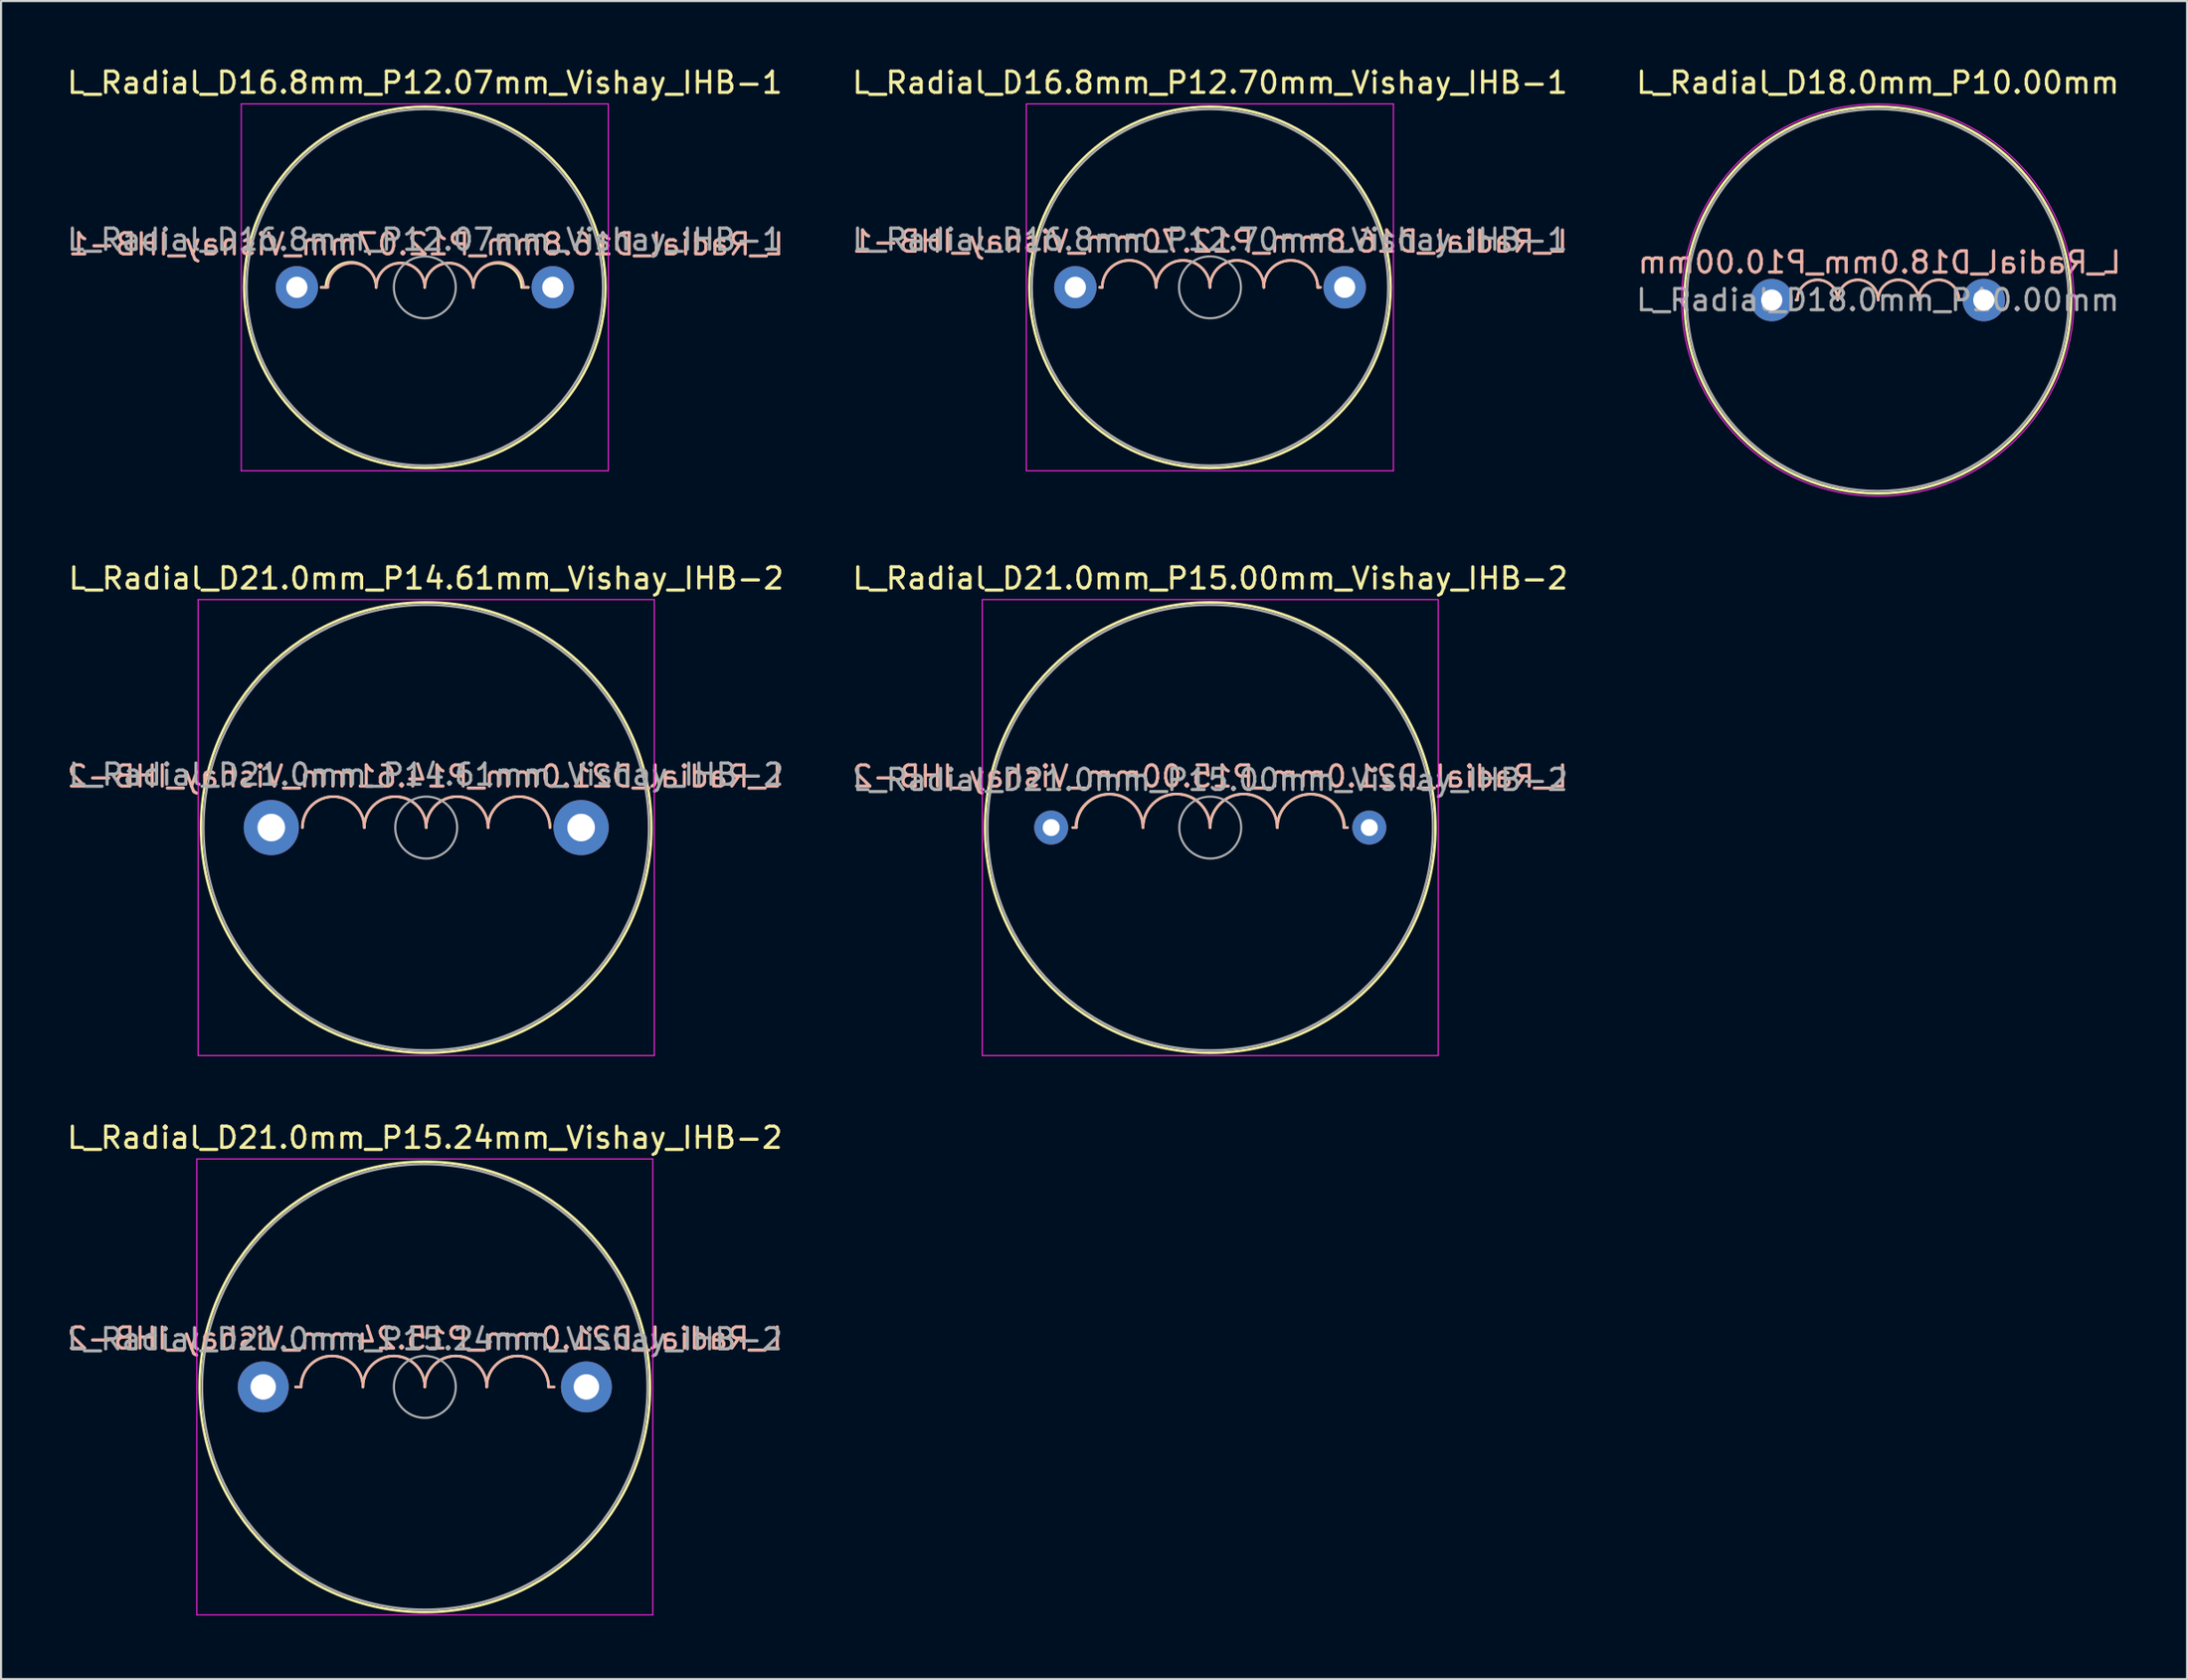
<source format=kicad_pcb>
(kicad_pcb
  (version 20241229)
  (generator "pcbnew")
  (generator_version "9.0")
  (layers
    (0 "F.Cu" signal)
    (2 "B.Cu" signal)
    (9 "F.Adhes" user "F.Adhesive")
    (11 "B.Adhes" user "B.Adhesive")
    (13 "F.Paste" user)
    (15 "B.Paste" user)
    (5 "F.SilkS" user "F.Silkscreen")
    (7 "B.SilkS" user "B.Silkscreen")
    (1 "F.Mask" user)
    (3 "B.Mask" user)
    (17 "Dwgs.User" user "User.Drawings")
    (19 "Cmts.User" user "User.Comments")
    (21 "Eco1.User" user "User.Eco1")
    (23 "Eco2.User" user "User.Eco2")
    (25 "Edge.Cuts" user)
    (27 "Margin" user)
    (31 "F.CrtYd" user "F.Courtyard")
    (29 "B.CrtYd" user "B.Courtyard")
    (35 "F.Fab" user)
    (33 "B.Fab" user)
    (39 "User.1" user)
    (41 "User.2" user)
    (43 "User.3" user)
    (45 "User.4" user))
  (footprint "L_Radial_D18.0mm_P10.00mm"
    (layer "F.Cu")
    (at 80.496 11.098)
    (property "Reference" "L_Radial_D18.0mm_P10.00mm" (at 5 -10.25 0) (layer "F.SilkS") (effects (font (size 1 1) (thickness 0.15))))
    (fp_line (start 1.206 0) (end 1.143 0) (stroke (width 0.12) (type solid)) (layer "F.SilkS"))
    (fp_line (start 8.89 0) (end 8.826 0) (stroke (width 0.12) (type solid)) (layer "F.SilkS"))
    (fp_arc (start 1.2065 0) (mid 2.159 -0.9525) (end 3.1115 0) (stroke (width 0.12) (type solid)) (layer "F.SilkS"))
    (fp_arc (start 3.1115 0) (mid 4.064 -0.9525) (end 5.0165 0) (stroke (width 0.12) (type solid)) (layer "F.SilkS"))
    (fp_arc (start 5.0165 0) (mid 5.969 -0.9525) (end 6.9215 0) (stroke (width 0.12) (type solid)) (layer "F.SilkS"))
    (fp_arc (start 6.9215 0) (mid 7.874 -0.9525) (end 8.8265 0) (stroke (width 0.12) (type solid)) (layer "F.SilkS"))
    (fp_circle (center 5 0) (end 14.12 0) (stroke (width 0.12) (type solid)) (fill no) (layer "F.SilkS"))
    (fp_line (start 1.143 0) (end 1.206 0) (stroke (width 0.12) (type solid)) (layer "B.SilkS"))
    (fp_line (start 8.826 0) (end 8.89 0) (stroke (width 0.12) (type solid)) (layer "B.SilkS"))
    (fp_arc (start 1.2065 0) (mid 2.159 -0.9525) (end 3.1115 0) (stroke (width 0.12) (type solid)) (layer "B.SilkS"))
    (fp_arc (start 3.1115 0) (mid 4.064 -0.9525) (end 5.0165 0) (stroke (width 0.12) (type solid)) (layer "B.SilkS"))
    (fp_arc (start 5.0165 0) (mid 5.969 -0.9525) (end 6.9215 0) (stroke (width 0.12) (type solid)) (layer "B.SilkS"))
    (fp_arc (start 6.9215 0) (mid 7.874 -0.9525) (end 8.8265 0) (stroke (width 0.12) (type solid)) (layer "B.SilkS"))
    (fp_circle (center 5 0) (end 14.25 0) (stroke (width 0.05) (type solid)) (fill no) (layer "F.CrtYd"))
    (fp_circle (center 5 0) (end 14 0) (stroke (width 0.1) (type solid)) (fill no) (layer "F.Fab"))
    (fp_text user "${REFERENCE}" (at 5.08 -1.778 0) (layer "B.SilkS") (effects (font (size 1 1) (thickness 0.15)) (justify mirror)))
    (fp_text user "${REFERENCE}" (at 5 0 0) (layer "F.Fab") (effects (font (size 1 1) (thickness 0.15))))
    (pad "1" thru_hole circle (at 0 0) (size 2 2) (drill 1) (layers "*.Cu" "*.Mask"))
    (pad "2" thru_hole circle (at 10 0) (size 2 2) (drill 1) (layers "*.Cu" "*.Mask")))
  (footprint "L_Radial_D16.8mm_P12.07mm_Vishay_IHB-1"
    (layer "F.Cu")
    (at 10.947 10.498)
    (property "Reference" "L_Radial_D16.8mm_P12.07mm_Vishay_IHB-1" (at 6.035 -9.65 0) (layer "F.SilkS") (effects (font (size 1 1) (thickness 0.15))))
    (fp_line (start 1.371 0) (end 1.143 0) (stroke (width 0.12) (type solid)) (layer "F.SilkS"))
    (fp_line (start 10.604 0) (end 10.922 0) (stroke (width 0.12) (type solid)) (layer "F.SilkS"))
    (fp_arc (start 1.371 0) (mid 2.554 -1.183) (end 3.737 0) (stroke (width 0.12) (type solid)) (layer "F.SilkS"))
    (fp_arc (start 3.737 0) (mid 4.886 -1.149) (end 6.035 0) (stroke (width 0.12) (type solid)) (layer "F.SilkS"))
    (fp_arc (start 6.035 0) (mid 7.1755 -1.1405) (end 8.316 0) (stroke (width 0.12) (type solid)) (layer "F.SilkS"))
    (fp_arc (start 8.316 0) (mid 9.4565 -1.1405) (end 10.597 0) (stroke (width 0.12) (type solid)) (layer "F.SilkS"))
    (fp_circle (center 6.035 0) (end 14.555 0) (stroke (width 0.12) (type solid)) (fill no) (layer "F.SilkS"))
    (fp_line (start 1.458 0) (end 1.141 0) (stroke (width 0.12) (type solid)) (layer "B.SilkS"))
    (fp_line (start 10.691 0) (end 10.919 0) (stroke (width 0.12) (type solid)) (layer "B.SilkS"))
    (fp_arc (start 1.4655 0) (mid 2.606 -1.1405) (end 3.7465 0) (stroke (width 0.12) (type solid)) (layer "B.SilkS"))
    (fp_arc (start 3.7465 0) (mid 4.887 -1.1405) (end 6.0275 0) (stroke (width 0.12) (type solid)) (layer "B.SilkS"))
    (fp_arc (start 6.0275 0) (mid 7.1765 -1.149) (end 8.3255 0) (stroke (width 0.12) (type solid)) (layer "B.SilkS"))
    (fp_arc (start 8.3255 0) (mid 9.5085 -1.183) (end 10.6915 0) (stroke (width 0.12) (type solid)) (layer "B.SilkS"))
    (fp_line (start -2.62 -8.65) (end -2.62 8.65) (stroke (width 0.05) (type solid)) (layer "F.CrtYd"))
    (fp_line (start -2.62 8.65) (end 14.69 8.65) (stroke (width 0.05) (type solid)) (layer "F.CrtYd"))
    (fp_line (start 14.69 -8.65) (end -2.62 -8.65) (stroke (width 0.05) (type solid)) (layer "F.CrtYd"))
    (fp_line (start 14.69 8.65) (end 14.69 -8.65) (stroke (width 0.05) (type solid)) (layer "F.CrtYd"))
    (fp_circle (center 6.035 0) (end 7.495 0) (stroke (width 0.1) (type solid)) (fill no) (layer "F.Fab"))
    (fp_circle (center 6.035 0) (end 14.435 0) (stroke (width 0.1) (type solid)) (fill no) (layer "F.Fab"))
    (fp_text user "${REFERENCE}" (at 6.096 -2.032 0) (layer "B.SilkS") (effects (font (size 1 1) (thickness 0.15)) (justify mirror)))
    (fp_text user "${REFERENCE}" (at 6.035 -2.25 0) (layer "F.Fab") (effects (font (size 1 1) (thickness 0.15))))
    (pad "1" thru_hole circle (at 0 0) (size 2 2) (drill 1) (layers "*.Cu" "*.Mask"))
    (pad "2" thru_hole circle (at 12.07 0) (size 2 2) (drill 1) (layers "*.Cu" "*.Mask")))
  (footprint "L_Radial_D21.0mm_P15.24mm_Vishay_IHB-2"
    (layer "F.Cu")
    (at 9.362 62.345)
    (property "Reference" "L_Radial_D21.0mm_P15.24mm_Vishay_IHB-2" (at 7.62 -11.75 0) (layer "F.SilkS") (effects (font (size 1 1) (thickness 0.15))))
    (fp_line (start 1.788 0) (end 1.524 0) (stroke (width 0.12) (type solid)) (layer "F.SilkS"))
    (fp_line (start 13.462 0) (end 13.716 0) (stroke (width 0.12) (type solid)) (layer "F.SilkS"))
    (fp_arc (start 1.788 0) (mid 3.246 -1.458) (end 4.704 0) (stroke (width 0.12) (type solid)) (layer "F.SilkS"))
    (fp_arc (start 4.704 0) (mid 6.162 -1.458) (end 7.62 0) (stroke (width 0.12) (type solid)) (layer "F.SilkS"))
    (fp_arc (start 7.62 0) (mid 9.0805 -1.4605) (end 10.541 0) (stroke (width 0.12) (type solid)) (layer "F.SilkS"))
    (fp_arc (start 10.541 0) (mid 12.0015 -1.4605) (end 13.462 0) (stroke (width 0.12) (type solid)) (layer "F.SilkS"))
    (fp_circle (center 7.62 0) (end 18.24 0) (stroke (width 0.12) (type solid)) (fill no) (layer "F.SilkS"))
    (fp_line (start 1.778 0) (end 1.524 0) (stroke (width 0.12) (type solid)) (layer "B.SilkS"))
    (fp_line (start 13.452 0) (end 13.716 0) (stroke (width 0.12) (type solid)) (layer "B.SilkS"))
    (fp_arc (start 1.778 0) (mid 3.2385 -1.4605) (end 4.699 0) (stroke (width 0.12) (type solid)) (layer "B.SilkS"))
    (fp_arc (start 4.699 0) (mid 6.1595 -1.4605) (end 7.62 0) (stroke (width 0.12) (type solid)) (layer "B.SilkS"))
    (fp_arc (start 7.62 0) (mid 9.078 -1.458) (end 10.536 0) (stroke (width 0.12) (type solid)) (layer "B.SilkS"))
    (fp_arc (start 10.536 0) (mid 11.994 -1.458) (end 13.452 0) (stroke (width 0.12) (type solid)) (layer "B.SilkS"))
    (fp_line (start -3.13 -10.75) (end -3.13 10.75) (stroke (width 0.05) (type solid)) (layer "F.CrtYd"))
    (fp_line (start -3.13 10.75) (end 18.37 10.75) (stroke (width 0.05) (type solid)) (layer "F.CrtYd"))
    (fp_line (start 18.37 -10.75) (end -3.13 -10.75) (stroke (width 0.05) (type solid)) (layer "F.CrtYd"))
    (fp_line (start 18.37 10.75) (end 18.37 -10.75) (stroke (width 0.05) (type solid)) (layer "F.CrtYd"))
    (fp_circle (center 7.62 0) (end 9.08 0) (stroke (width 0.1) (type solid)) (fill no) (layer "F.Fab"))
    (fp_circle (center 7.62 0) (end 18.12 0) (stroke (width 0.1) (type solid)) (fill no) (layer "F.Fab"))
    (fp_text user "${REFERENCE}" (at 7.62 -2.286 0) (layer "B.SilkS") (effects (font (size 1 1) (thickness 0.15)) (justify mirror)))
    (fp_text user "${REFERENCE}" (at 7.62 -2.25 0) (layer "F.Fab") (effects (font (size 1 1) (thickness 0.15))))
    (pad "1" thru_hole circle (at 0 0) (size 2.4 2.4) (drill 1.2) (layers "*.Cu" "*.Mask"))
    (pad "2" thru_hole circle (at 15.24 0) (size 2.4 2.4) (drill 1.2) (layers "*.Cu" "*.Mask")))
  (footprint "L_Radial_D16.8mm_P12.70mm_Vishay_IHB-1"
    (layer "F.Cu")
    (at 47.657 10.498)
    (property "Reference" "L_Radial_D16.8mm_P12.70mm_Vishay_IHB-1" (at 6.35 -9.65 0) (layer "F.SilkS") (effects (font (size 1 1) (thickness 0.15))))
    (fp_line (start 1.27 0) (end 1.143 0) (stroke (width 0.12) (type solid)) (layer "F.SilkS"))
    (fp_line (start 11.43 0) (end 11.557 0) (stroke (width 0.12) (type solid)) (layer "F.SilkS"))
    (fp_arc (start 1.27 0) (mid 2.54 -1.27) (end 3.81 0) (stroke (width 0.12) (type solid)) (layer "F.SilkS"))
    (fp_arc (start 3.81 0) (mid 5.08 -1.27) (end 6.35 0) (stroke (width 0.12) (type solid)) (layer "F.SilkS"))
    (fp_arc (start 6.35 0) (mid 7.62 -1.27) (end 8.89 0) (stroke (width 0.12) (type solid)) (layer "F.SilkS"))
    (fp_arc (start 8.89 0) (mid 10.16 -1.27) (end 11.43 0) (stroke (width 0.12) (type solid)) (layer "F.SilkS"))
    (fp_circle (center 6.35 0) (end 14.87 0) (stroke (width 0.12) (type solid)) (fill no) (layer "F.SilkS"))
    (fp_line (start 1.27 0) (end 1.143 0) (stroke (width 0.12) (type solid)) (layer "B.SilkS"))
    (fp_line (start 11.43 0) (end 11.557 0) (stroke (width 0.12) (type solid)) (layer "B.SilkS"))
    (fp_arc (start 1.27 0) (mid 2.54 -1.27) (end 3.81 0) (stroke (width 0.12) (type solid)) (layer "B.SilkS"))
    (fp_arc (start 3.81 0) (mid 5.08 -1.27) (end 6.35 0) (stroke (width 0.12) (type solid)) (layer "B.SilkS"))
    (fp_arc (start 6.35 0) (mid 7.62 -1.27) (end 8.89 0) (stroke (width 0.12) (type solid)) (layer "B.SilkS"))
    (fp_arc (start 8.89 0) (mid 10.16 -1.27) (end 11.43 0) (stroke (width 0.12) (type solid)) (layer "B.SilkS"))
    (fp_line (start -2.31 -8.65) (end -2.31 8.65) (stroke (width 0.05) (type solid)) (layer "F.CrtYd"))
    (fp_line (start -2.31 8.65) (end 15 8.65) (stroke (width 0.05) (type solid)) (layer "F.CrtYd"))
    (fp_line (start 15 -8.65) (end -2.31 -8.65) (stroke (width 0.05) (type solid)) (layer "F.CrtYd"))
    (fp_line (start 15 8.65) (end 15 -8.65) (stroke (width 0.05) (type solid)) (layer "F.CrtYd"))
    (fp_circle (center 6.35 0) (end 7.81 0) (stroke (width 0.1) (type solid)) (fill no) (layer "F.Fab"))
    (fp_circle (center 6.35 0) (end 14.75 0) (stroke (width 0.1) (type solid)) (fill no) (layer "F.Fab"))
    (fp_text user "${REFERENCE}" (at 6.35 -2.159 0) (layer "B.SilkS") (effects (font (size 1 1) (thickness 0.15)) (justify mirror)))
    (fp_text user "${REFERENCE}" (at 6.35 -2.25 0) (layer "F.Fab") (effects (font (size 1 1) (thickness 0.15))))
    (pad "1" thru_hole circle (at 0 0) (size 2 2) (drill 1) (layers "*.Cu" "*.Mask"))
    (pad "2" thru_hole circle (at 12.7 0) (size 2 2) (drill 1) (layers "*.Cu" "*.Mask")))
  (footprint "L_Radial_D21.0mm_P15.00mm_Vishay_IHB-2"
    (layer "F.Cu")
    (at 46.519 35.971)
    (property "Reference" "L_Radial_D21.0mm_P15.00mm_Vishay_IHB-2" (at 7.5 -11.75 0) (layer "F.SilkS") (effects (font (size 1 1) (thickness 0.15))))
    (fp_line (start 1.188 0) (end 1.016 0) (stroke (width 0.12) (type solid)) (layer "F.SilkS"))
    (fp_line (start 13.829 0) (end 13.97 0) (stroke (width 0.12) (type solid)) (layer "F.SilkS"))
    (fp_arc (start 1.188 0) (mid 2.761 -1.573) (end 4.334 0) (stroke (width 0.12) (type solid)) (layer "F.SilkS"))
    (fp_arc (start 4.334 0) (mid 5.917 -1.583) (end 7.5 0) (stroke (width 0.12) (type solid)) (layer "F.SilkS"))
    (fp_arc (start 7.5 0) (mid 9.0805 -1.5805) (end 10.661 0) (stroke (width 0.12) (type solid)) (layer "F.SilkS"))
    (fp_arc (start 10.668 0) (mid 12.2485 -1.5805) (end 13.829 0) (stroke (width 0.12) (type solid)) (layer "F.SilkS"))
    (fp_circle (center 7.5 0) (end 18.12 0) (stroke (width 0.12) (type solid)) (fill no) (layer "F.SilkS"))
    (fp_line (start 1.157 0) (end 1.016 0) (stroke (width 0.12) (type solid)) (layer "B.SilkS"))
    (fp_line (start 13.798 0) (end 13.97 0) (stroke (width 0.12) (type solid)) (layer "B.SilkS"))
    (fp_arc (start 1.157 0) (mid 2.7375 -1.5805) (end 4.318 0) (stroke (width 0.12) (type solid)) (layer "B.SilkS"))
    (fp_arc (start 4.325 0) (mid 5.9055 -1.5805) (end 7.486 0) (stroke (width 0.12) (type solid)) (layer "B.SilkS"))
    (fp_arc (start 7.486 0) (mid 9.069 -1.583) (end 10.652 0) (stroke (width 0.12) (type solid)) (layer "B.SilkS"))
    (fp_arc (start 10.652 0) (mid 12.225 -1.573) (end 13.798 0) (stroke (width 0.12) (type solid)) (layer "B.SilkS"))
    (fp_line (start -3.25 -10.75) (end -3.25 10.75) (stroke (width 0.05) (type solid)) (layer "F.CrtYd"))
    (fp_line (start -3.25 10.75) (end 18.25 10.75) (stroke (width 0.05) (type solid)) (layer "F.CrtYd"))
    (fp_line (start 18.25 -10.75) (end -3.25 -10.75) (stroke (width 0.05) (type solid)) (layer "F.CrtYd"))
    (fp_line (start 18.25 10.75) (end 18.25 -10.75) (stroke (width 0.05) (type solid)) (layer "F.CrtYd"))
    (fp_circle (center 7.5 0) (end 8.96 0) (stroke (width 0.1) (type solid)) (fill no) (layer "F.Fab"))
    (fp_circle (center 7.5 0) (end 18 0) (stroke (width 0.1) (type solid)) (fill no) (layer "F.Fab"))
    (fp_text user "${REFERENCE}" (at 7.493 -2.413 0) (layer "B.SilkS") (effects (font (size 1 1) (thickness 0.15)) (justify mirror)))
    (fp_text user "${REFERENCE}" (at 7.5 -2.25 0) (layer "F.Fab") (effects (font (size 1 1) (thickness 0.15))))
    (pad "1" thru_hole circle (at 0 0) (size 1.6 1.6) (drill 0.8) (layers "*.Cu" "*.Mask"))
    (pad "2" thru_hole circle (at 15 0) (size 1.6 1.6) (drill 0.8) (layers "*.Cu" "*.Mask")))
  (footprint "L_Radial_D21.0mm_P14.61mm_Vishay_IHB-2"
    (layer "F.Cu")
    (at 9.743 35.971)
    (property "Reference" "L_Radial_D21.0mm_P14.61mm_Vishay_IHB-2" (at 7.305 -11.75 0) (layer "F.SilkS") (effects (font (size 1 1) (thickness 0.15))))
    (fp_arc (start 1.473 0) (mid 2.931 -1.458) (end 4.389 0) (stroke (width 0.12) (type solid)) (layer "F.SilkS"))
    (fp_arc (start 4.389 0) (mid 5.847 -1.458) (end 7.305 0) (stroke (width 0.12) (type solid)) (layer "F.SilkS"))
    (fp_arc (start 7.305 0) (mid 8.7655 -1.4605) (end 10.226 0) (stroke (width 0.12) (type solid)) (layer "F.SilkS"))
    (fp_arc (start 10.226 0) (mid 11.6865 -1.4605) (end 13.147 0) (stroke (width 0.12) (type solid)) (layer "F.SilkS"))
    (fp_circle (center 7.305 0) (end 17.925 0) (stroke (width 0.12) (type solid)) (fill no) (layer "F.SilkS"))
    (fp_arc (start 1.4605 0) (mid 2.921 -1.4605) (end 4.3815 0) (stroke (width 0.12) (type solid)) (layer "B.SilkS"))
    (fp_arc (start 4.3815 0) (mid 5.842 -1.4605) (end 7.3025 0) (stroke (width 0.12) (type solid)) (layer "B.SilkS"))
    (fp_arc (start 7.3025 0) (mid 8.7605 -1.458) (end 10.2185 0) (stroke (width 0.12) (type solid)) (layer "B.SilkS"))
    (fp_arc (start 10.2185 0) (mid 11.6765 -1.458) (end 13.1345 0) (stroke (width 0.12) (type solid)) (layer "B.SilkS"))
    (fp_line (start -3.45 -10.75) (end -3.45 10.75) (stroke (width 0.05) (type solid)) (layer "F.CrtYd"))
    (fp_line (start -3.45 10.75) (end 18.06 10.75) (stroke (width 0.05) (type solid)) (layer "F.CrtYd"))
    (fp_line (start 18.06 -10.75) (end -3.45 -10.75) (stroke (width 0.05) (type solid)) (layer "F.CrtYd"))
    (fp_line (start 18.06 10.75) (end 18.06 -10.75) (stroke (width 0.05) (type solid)) (layer "F.CrtYd"))
    (fp_circle (center 7.305 0) (end 8.765 0) (stroke (width 0.1) (type solid)) (fill no) (layer "F.Fab"))
    (fp_circle (center 7.305 0) (end 17.805 0) (stroke (width 0.1) (type solid)) (fill no) (layer "F.Fab"))
    (fp_text user "${REFERENCE}" (at 7.239 -2.413 0) (layer "B.SilkS") (effects (font (size 1 1) (thickness 0.15)) (justify mirror)))
    (fp_text user "${REFERENCE}" (at 7.305 -2.5 0) (layer "F.Fab") (effects (font (size 1 1) (thickness 0.15))))
    (pad "1" thru_hole circle (at 0 0) (size 2.6 2.6) (drill 1.3) (layers "*.Cu" "*.Mask"))
    (pad "2" thru_hole circle (at 14.61 0) (size 2.6 2.6) (drill 1.3) (layers "*.Cu" "*.Mask")))
  (gr_rect
    (start -3 -3)
    (end 100.081 76.12)
    (stroke (width 0.1) (type default))
    (fill no)
    (layer "Edge.Cuts")))
</source>
